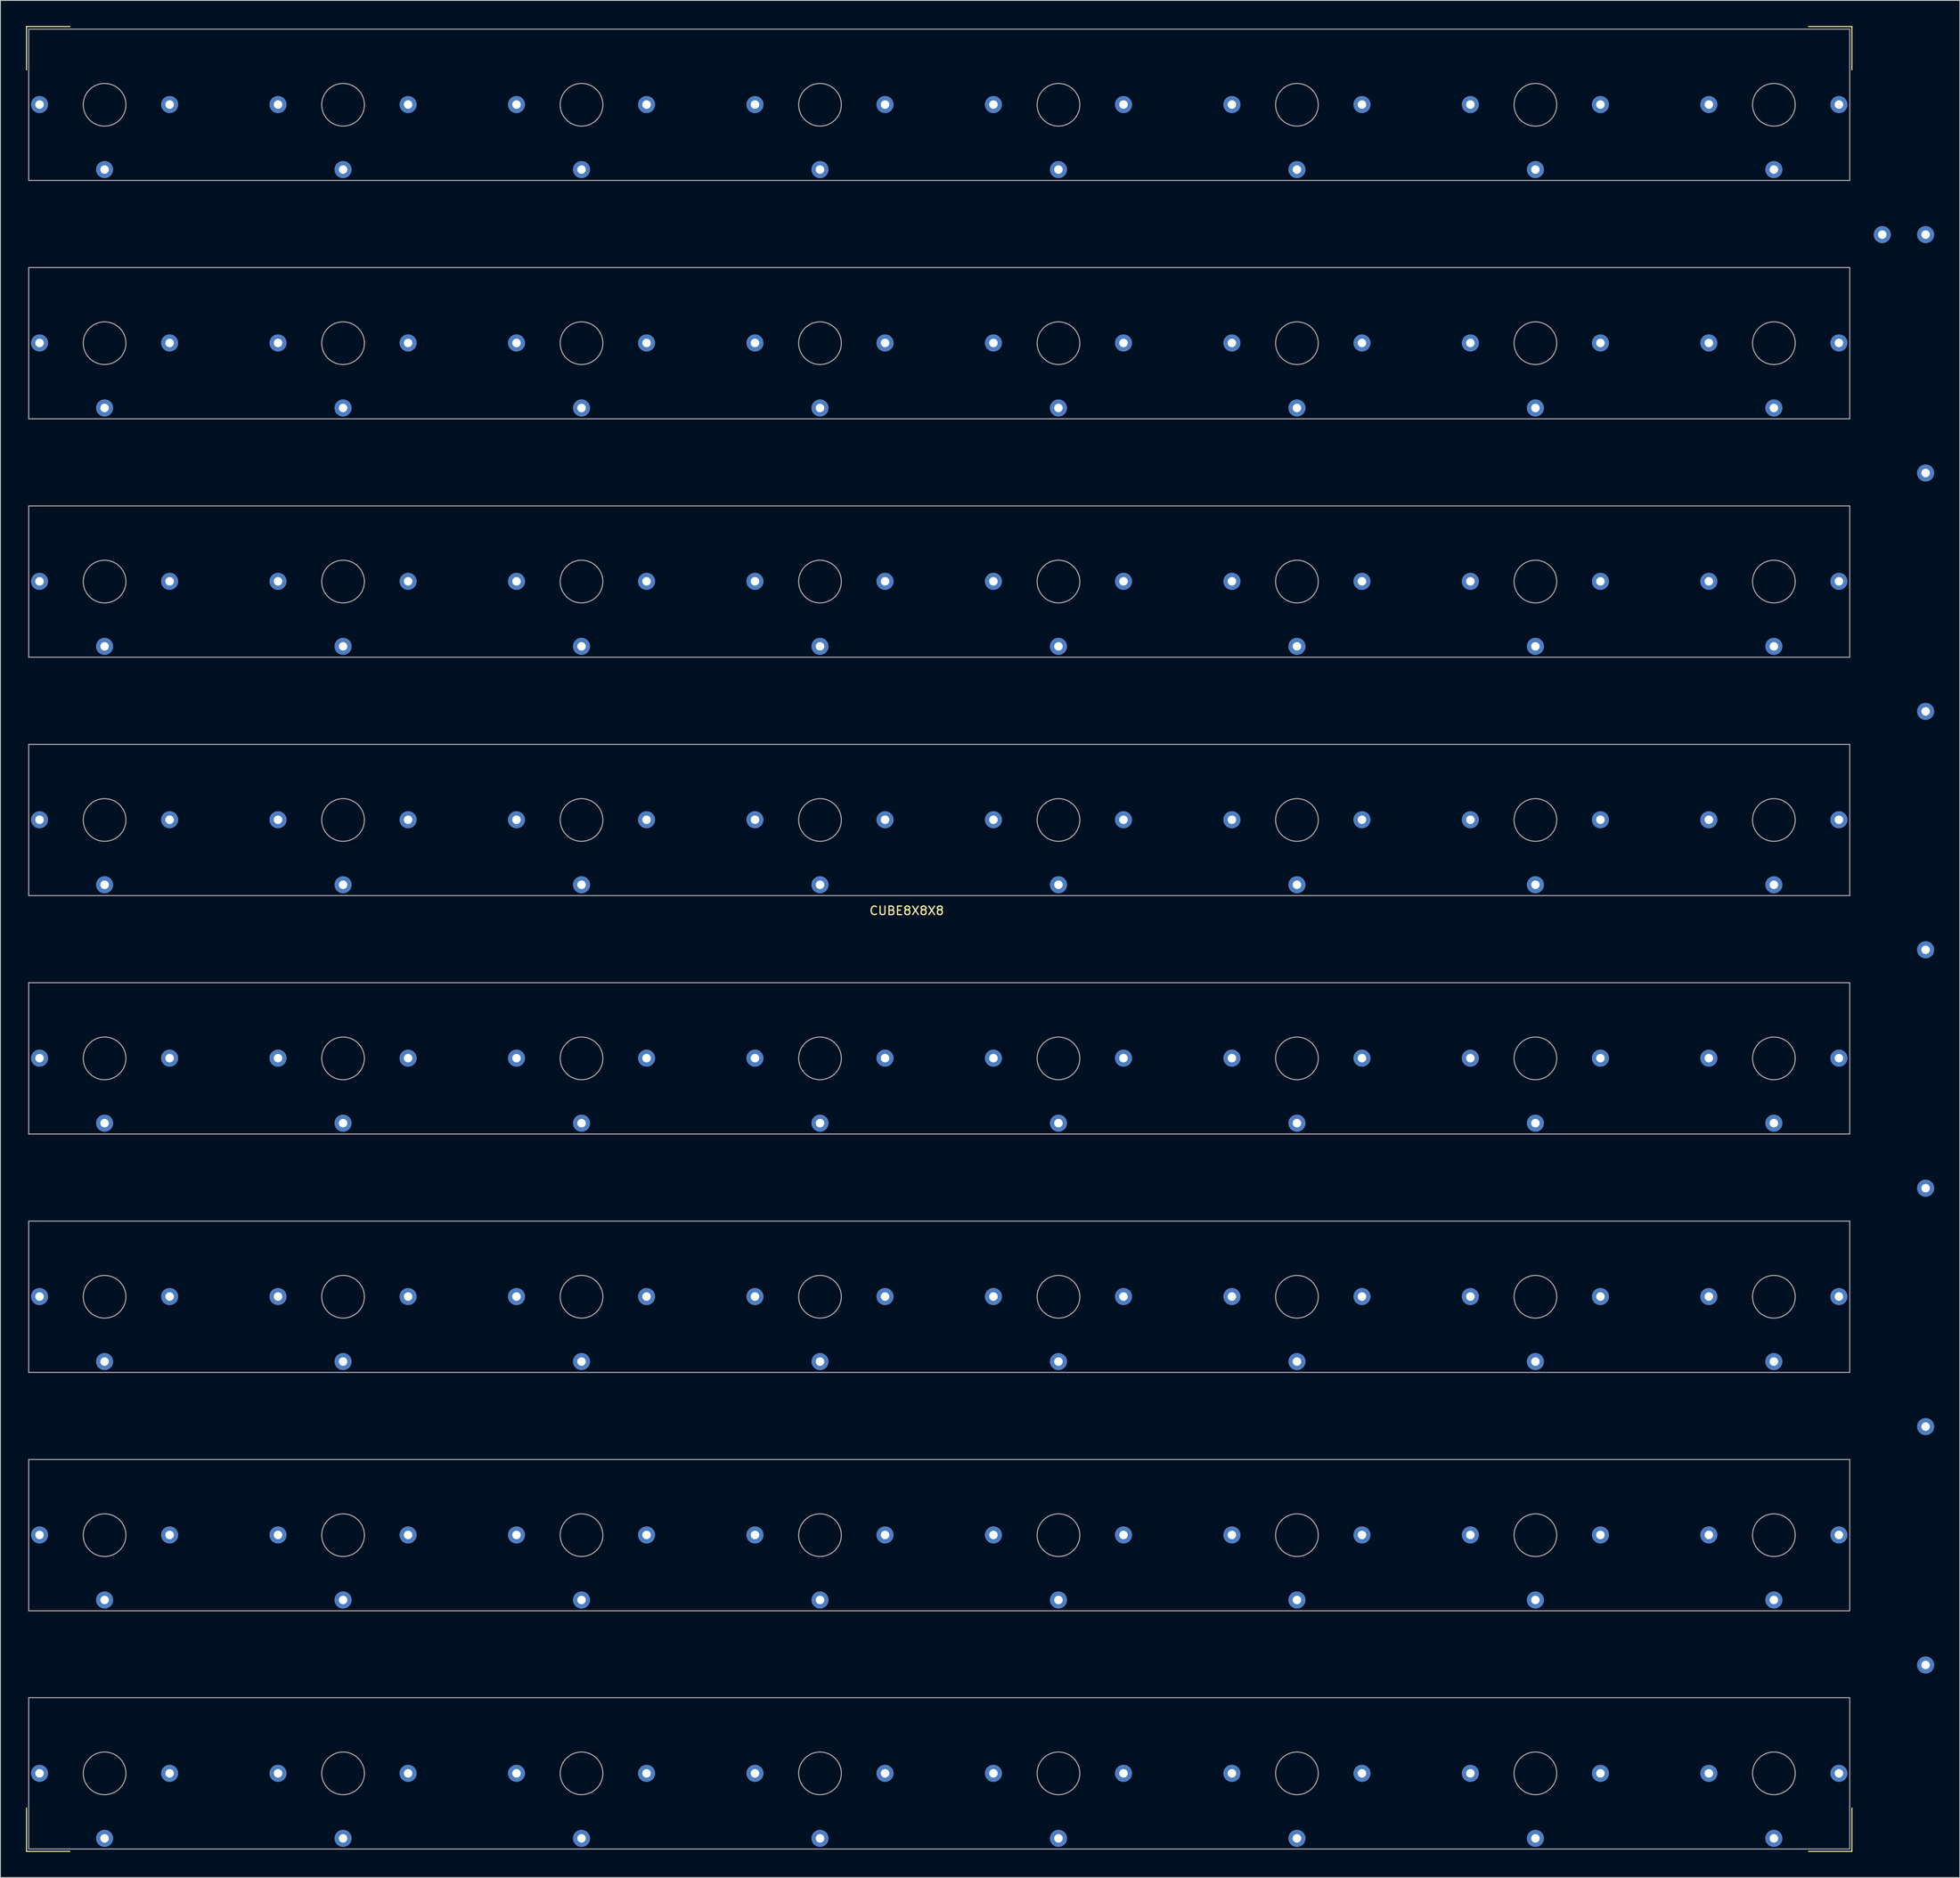
<source format=kicad_pcb>
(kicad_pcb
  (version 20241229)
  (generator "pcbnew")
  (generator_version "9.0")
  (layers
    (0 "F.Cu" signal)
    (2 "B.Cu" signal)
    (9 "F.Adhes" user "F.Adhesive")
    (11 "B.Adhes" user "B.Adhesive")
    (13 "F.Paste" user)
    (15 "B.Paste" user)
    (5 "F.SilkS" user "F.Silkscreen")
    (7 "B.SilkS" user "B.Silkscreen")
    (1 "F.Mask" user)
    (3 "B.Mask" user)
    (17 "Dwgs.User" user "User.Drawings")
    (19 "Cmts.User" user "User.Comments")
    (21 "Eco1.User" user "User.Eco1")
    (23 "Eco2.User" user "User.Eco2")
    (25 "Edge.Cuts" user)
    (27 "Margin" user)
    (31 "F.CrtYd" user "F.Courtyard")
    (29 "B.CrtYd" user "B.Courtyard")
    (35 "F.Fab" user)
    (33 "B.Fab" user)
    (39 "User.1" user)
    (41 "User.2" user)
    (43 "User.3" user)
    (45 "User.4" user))
  (footprint "CUBE8X8X8"
    (layer "F.Cu")
    (at 103.184 103.184)
    (property "Reference" "CUBE8X8X8" (at 0 0.5 0) (layer "F.SilkS") (effects (font (size 1 1) (thickness 0.15))))
    (attr through_hole)
    (fp_line (start -103.124 -103.124) (end -103.124 -98.044) (stroke (width 0.12) (type solid)) (layer "F.SilkS"))
    (fp_line (start -103.124 110.744) (end -103.124 105.664) (stroke (width 0.12) (type solid)) (layer "F.SilkS"))
    (fp_line (start -98.044 -103.124) (end -103.124 -103.124) (stroke (width 0.12) (type solid)) (layer "F.SilkS"))
    (fp_line (start -98.044 110.744) (end -103.124 110.744) (stroke (width 0.12) (type solid)) (layer "F.SilkS"))
    (fp_line (start 105.664 110.744) (end 110.744 110.744) (stroke (width 0.12) (type solid)) (layer "F.SilkS"))
    (fp_line (start 110.744 -103.124) (end 105.664 -103.124) (stroke (width 0.12) (type solid)) (layer "F.SilkS"))
    (fp_line (start 110.744 -98.044) (end 110.744 -103.124) (stroke (width 0.12) (type solid)) (layer "F.SilkS"))
    (fp_line (start 110.744 110.744) (end 110.744 105.664) (stroke (width 0.12) (type solid)) (layer "F.SilkS"))
    (fp_line (start -102.87 -102.819) (end -102.87 -85.09) (stroke (width 0.12) (type solid)) (layer "F.Fab"))
    (fp_line (start -102.87 -85.09) (end 110.49 -85.09) (stroke (width 0.12) (type solid)) (layer "F.Fab"))
    (fp_line (start -102.87 -74.879) (end -102.87 -57.15) (stroke (width 0.12) (type solid)) (layer "F.Fab"))
    (fp_line (start -102.87 -57.15) (end 110.49 -57.15) (stroke (width 0.12) (type solid)) (layer "F.Fab"))
    (fp_line (start -102.87 -46.939) (end -102.87 -29.21) (stroke (width 0.12) (type solid)) (layer "F.Fab"))
    (fp_line (start -102.87 -29.21) (end 110.49 -29.21) (stroke (width 0.12) (type solid)) (layer "F.Fab"))
    (fp_line (start -102.87 -18.999) (end -102.87 -1.27) (stroke (width 0.12) (type solid)) (layer "F.Fab"))
    (fp_line (start -102.87 -1.27) (end 110.49 -1.27) (stroke (width 0.12) (type solid)) (layer "F.Fab"))
    (fp_line (start -102.87 8.941) (end -102.87 26.67) (stroke (width 0.12) (type solid)) (layer "F.Fab"))
    (fp_line (start -102.87 26.67) (end 110.49 26.67) (stroke (width 0.12) (type solid)) (layer "F.Fab"))
    (fp_line (start -102.87 36.881) (end -102.87 54.61) (stroke (width 0.12) (type solid)) (layer "F.Fab"))
    (fp_line (start -102.87 54.61) (end 110.49 54.61) (stroke (width 0.12) (type solid)) (layer "F.Fab"))
    (fp_line (start -102.87 64.821) (end -102.87 82.55) (stroke (width 0.12) (type solid)) (layer "F.Fab"))
    (fp_line (start -102.87 82.55) (end 110.49 82.55) (stroke (width 0.12) (type solid)) (layer "F.Fab"))
    (fp_line (start -102.87 92.735) (end -102.87 110.465) (stroke (width 0.12) (type solid)) (layer "F.Fab"))
    (fp_line (start -102.87 110.465) (end 110.49 110.465) (stroke (width 0.12) (type solid)) (layer "F.Fab"))
    (fp_line (start 110.49 -102.819) (end -102.87 -102.819) (stroke (width 0.12) (type solid)) (layer "F.Fab"))
    (fp_line (start 110.49 -85.09) (end 110.49 -102.819) (stroke (width 0.12) (type solid)) (layer "F.Fab"))
    (fp_line (start 110.49 -74.879) (end -102.87 -74.879) (stroke (width 0.12) (type solid)) (layer "F.Fab"))
    (fp_line (start 110.49 -57.15) (end 110.49 -74.879) (stroke (width 0.12) (type solid)) (layer "F.Fab"))
    (fp_line (start 110.49 -46.939) (end -102.87 -46.939) (stroke (width 0.12) (type solid)) (layer "F.Fab"))
    (fp_line (start 110.49 -29.21) (end 110.49 -46.939) (stroke (width 0.12) (type solid)) (layer "F.Fab"))
    (fp_line (start 110.49 -18.999) (end -102.87 -18.999) (stroke (width 0.12) (type solid)) (layer "F.Fab"))
    (fp_line (start 110.49 -1.27) (end 110.49 -18.999) (stroke (width 0.12) (type solid)) (layer "F.Fab"))
    (fp_line (start 110.49 8.941) (end -102.87 8.941) (stroke (width 0.12) (type solid)) (layer "F.Fab"))
    (fp_line (start 110.49 26.67) (end 110.49 8.941) (stroke (width 0.12) (type solid)) (layer "F.Fab"))
    (fp_line (start 110.49 36.881) (end -102.87 36.881) (stroke (width 0.12) (type solid)) (layer "F.Fab"))
    (fp_line (start 110.49 54.61) (end 110.49 36.881) (stroke (width 0.12) (type solid)) (layer "F.Fab"))
    (fp_line (start 110.49 64.821) (end -102.87 64.821) (stroke (width 0.12) (type solid)) (layer "F.Fab"))
    (fp_line (start 110.49 82.55) (end 110.49 64.821) (stroke (width 0.12) (type solid)) (layer "F.Fab"))
    (fp_line (start 110.49 92.735) (end -102.87 92.735) (stroke (width 0.12) (type solid)) (layer "F.Fab"))
    (fp_line (start 110.49 110.465) (end 110.49 92.735) (stroke (width 0.12) (type solid)) (layer "F.Fab"))
    (fp_circle (center -93.98 -93.955) (end -91.48 -93.955) (stroke (width 0.12) (type solid)) (fill no) (layer "F.Fab"))
    (fp_circle (center -93.98 -66.015) (end -91.48 -66.015) (stroke (width 0.12) (type solid)) (fill no) (layer "F.Fab"))
    (fp_circle (center -93.98 -38.075) (end -91.48 -38.075) (stroke (width 0.12) (type solid)) (fill no) (layer "F.Fab"))
    (fp_circle (center -93.98 -10.135) (end -91.48 -10.135) (stroke (width 0.12) (type solid)) (fill no) (layer "F.Fab"))
    (fp_circle (center -93.98 17.805) (end -91.48 17.805) (stroke (width 0.12) (type solid)) (fill no) (layer "F.Fab"))
    (fp_circle (center -93.98 45.745) (end -91.48 45.745) (stroke (width 0.12) (type solid)) (fill no) (layer "F.Fab"))
    (fp_circle (center -93.98 73.685) (end -91.48 73.685) (stroke (width 0.12) (type solid)) (fill no) (layer "F.Fab"))
    (fp_circle (center -93.98 101.6) (end -91.48 101.6) (stroke (width 0.12) (type solid)) (fill no) (layer "F.Fab"))
    (fp_circle (center -66.04 -93.955) (end -63.54 -93.955) (stroke (width 0.12) (type solid)) (fill no) (layer "F.Fab"))
    (fp_circle (center -66.04 -66.015) (end -63.54 -66.015) (stroke (width 0.12) (type solid)) (fill no) (layer "F.Fab"))
    (fp_circle (center -66.04 -38.075) (end -63.54 -38.075) (stroke (width 0.12) (type solid)) (fill no) (layer "F.Fab"))
    (fp_circle (center -66.04 -10.135) (end -63.54 -10.135) (stroke (width 0.12) (type solid)) (fill no) (layer "F.Fab"))
    (fp_circle (center -66.04 17.805) (end -63.54 17.805) (stroke (width 0.12) (type solid)) (fill no) (layer "F.Fab"))
    (fp_circle (center -66.04 45.745) (end -63.54 45.745) (stroke (width 0.12) (type solid)) (fill no) (layer "F.Fab"))
    (fp_circle (center -66.04 73.685) (end -63.54 73.685) (stroke (width 0.12) (type solid)) (fill no) (layer "F.Fab"))
    (fp_circle (center -66.04 101.6) (end -63.54 101.6) (stroke (width 0.12) (type solid)) (fill no) (layer "F.Fab"))
    (fp_circle (center -38.1 -93.955) (end -35.6 -93.955) (stroke (width 0.12) (type solid)) (fill no) (layer "F.Fab"))
    (fp_circle (center -38.1 -66.015) (end -35.6 -66.015) (stroke (width 0.12) (type solid)) (fill no) (layer "F.Fab"))
    (fp_circle (center -38.1 -38.075) (end -35.6 -38.075) (stroke (width 0.12) (type solid)) (fill no) (layer "F.Fab"))
    (fp_circle (center -38.1 -10.135) (end -35.6 -10.135) (stroke (width 0.12) (type solid)) (fill no) (layer "F.Fab"))
    (fp_circle (center -38.1 17.805) (end -35.6 17.805) (stroke (width 0.12) (type solid)) (fill no) (layer "F.Fab"))
    (fp_circle (center -38.1 45.745) (end -35.6 45.745) (stroke (width 0.12) (type solid)) (fill no) (layer "F.Fab"))
    (fp_circle (center -38.1 73.685) (end -35.6 73.685) (stroke (width 0.12) (type solid)) (fill no) (layer "F.Fab"))
    (fp_circle (center -38.1 101.6) (end -35.6 101.6) (stroke (width 0.12) (type solid)) (fill no) (layer "F.Fab"))
    (fp_circle (center -10.16 -93.955) (end -7.66 -93.955) (stroke (width 0.12) (type solid)) (fill no) (layer "F.Fab"))
    (fp_circle (center -10.16 -66.015) (end -7.66 -66.015) (stroke (width 0.12) (type solid)) (fill no) (layer "F.Fab"))
    (fp_circle (center -10.16 -38.075) (end -7.66 -38.075) (stroke (width 0.12) (type solid)) (fill no) (layer "F.Fab"))
    (fp_circle (center -10.16 -10.135) (end -7.66 -10.135) (stroke (width 0.12) (type solid)) (fill no) (layer "F.Fab"))
    (fp_circle (center -10.16 17.805) (end -7.66 17.805) (stroke (width 0.12) (type solid)) (fill no) (layer "F.Fab"))
    (fp_circle (center -10.16 45.745) (end -7.66 45.745) (stroke (width 0.12) (type solid)) (fill no) (layer "F.Fab"))
    (fp_circle (center -10.16 73.685) (end -7.66 73.685) (stroke (width 0.12) (type solid)) (fill no) (layer "F.Fab"))
    (fp_circle (center -10.16 101.6) (end -7.66 101.6) (stroke (width 0.12) (type solid)) (fill no) (layer "F.Fab"))
    (fp_circle (center 17.78 -93.955) (end 20.28 -93.955) (stroke (width 0.12) (type solid)) (fill no) (layer "F.Fab"))
    (fp_circle (center 17.78 -66.015) (end 20.28 -66.015) (stroke (width 0.12) (type solid)) (fill no) (layer "F.Fab"))
    (fp_circle (center 17.78 -38.075) (end 20.28 -38.075) (stroke (width 0.12) (type solid)) (fill no) (layer "F.Fab"))
    (fp_circle (center 17.78 -10.135) (end 20.28 -10.135) (stroke (width 0.12) (type solid)) (fill no) (layer "F.Fab"))
    (fp_circle (center 17.78 17.805) (end 20.28 17.805) (stroke (width 0.12) (type solid)) (fill no) (layer "F.Fab"))
    (fp_circle (center 17.78 45.745) (end 20.28 45.745) (stroke (width 0.12) (type solid)) (fill no) (layer "F.Fab"))
    (fp_circle (center 17.78 73.685) (end 20.28 73.685) (stroke (width 0.12) (type solid)) (fill no) (layer "F.Fab"))
    (fp_circle (center 17.78 101.6) (end 20.28 101.6) (stroke (width 0.12) (type solid)) (fill no) (layer "F.Fab"))
    (fp_circle (center 45.72 -93.955) (end 48.22 -93.955) (stroke (width 0.12) (type solid)) (fill no) (layer "F.Fab"))
    (fp_circle (center 45.72 -66.015) (end 48.22 -66.015) (stroke (width 0.12) (type solid)) (fill no) (layer "F.Fab"))
    (fp_circle (center 45.72 -38.075) (end 48.22 -38.075) (stroke (width 0.12) (type solid)) (fill no) (layer "F.Fab"))
    (fp_circle (center 45.72 -10.135) (end 48.22 -10.135) (stroke (width 0.12) (type solid)) (fill no) (layer "F.Fab"))
    (fp_circle (center 45.72 17.805) (end 48.22 17.805) (stroke (width 0.12) (type solid)) (fill no) (layer "F.Fab"))
    (fp_circle (center 45.72 45.745) (end 48.22 45.745) (stroke (width 0.12) (type solid)) (fill no) (layer "F.Fab"))
    (fp_circle (center 45.72 73.685) (end 48.22 73.685) (stroke (width 0.12) (type solid)) (fill no) (layer "F.Fab"))
    (fp_circle (center 45.72 101.6) (end 48.22 101.6) (stroke (width 0.12) (type solid)) (fill no) (layer "F.Fab"))
    (fp_circle (center 73.66 -93.955) (end 76.16 -93.955) (stroke (width 0.12) (type solid)) (fill no) (layer "F.Fab"))
    (fp_circle (center 73.66 -66.015) (end 76.16 -66.015) (stroke (width 0.12) (type solid)) (fill no) (layer "F.Fab"))
    (fp_circle (center 73.66 -38.075) (end 76.16 -38.075) (stroke (width 0.12) (type solid)) (fill no) (layer "F.Fab"))
    (fp_circle (center 73.66 -10.135) (end 76.16 -10.135) (stroke (width 0.12) (type solid)) (fill no) (layer "F.Fab"))
    (fp_circle (center 73.66 17.805) (end 76.16 17.805) (stroke (width 0.12) (type solid)) (fill no) (layer "F.Fab"))
    (fp_circle (center 73.66 45.745) (end 76.16 45.745) (stroke (width 0.12) (type solid)) (fill no) (layer "F.Fab"))
    (fp_circle (center 73.66 73.685) (end 76.16 73.685) (stroke (width 0.12) (type solid)) (fill no) (layer "F.Fab"))
    (fp_circle (center 73.66 101.6) (end 76.16 101.6) (stroke (width 0.12) (type solid)) (fill no) (layer "F.Fab"))
    (fp_circle (center 101.6 -93.955) (end 104.1 -93.955) (stroke (width 0.12) (type solid)) (fill no) (layer "F.Fab"))
    (fp_circle (center 101.6 -66.015) (end 104.1 -66.015) (stroke (width 0.12) (type solid)) (fill no) (layer "F.Fab"))
    (fp_circle (center 101.6 -38.075) (end 104.1 -38.075) (stroke (width 0.12) (type solid)) (fill no) (layer "F.Fab"))
    (fp_circle (center 101.6 -10.135) (end 104.1 -10.135) (stroke (width 0.12) (type solid)) (fill no) (layer "F.Fab"))
    (fp_circle (center 101.6 17.805) (end 104.1 17.805) (stroke (width 0.12) (type solid)) (fill no) (layer "F.Fab"))
    (fp_circle (center 101.6 45.745) (end 104.1 45.745) (stroke (width 0.12) (type solid)) (fill no) (layer "F.Fab"))
    (fp_circle (center 101.6 73.685) (end 104.1 73.685) (stroke (width 0.12) (type solid)) (fill no) (layer "F.Fab"))
    (fp_circle (center 101.6 101.6) (end 104.1 101.6) (stroke (width 0.12) (type solid)) (fill no) (layer "F.Fab"))
    (pad "1" thru_hole circle (at -101.6 101.6) (size 2 2) (drill 1) (layers "*.Cu" "*.Mask"))
    (pad "2" thru_hole circle (at -93.98 109.22) (size 2 2) (drill 1) (layers "*.Cu" "*.Mask"))
    (pad "3" thru_hole circle (at -86.36 101.6) (size 2 2) (drill 1) (layers "*.Cu" "*.Mask"))
    (pad "4" thru_hole circle (at -73.66 101.6) (size 2 2) (drill 1) (layers "*.Cu" "*.Mask"))
    (pad "5" thru_hole circle (at -66.04 109.22) (size 2 2) (drill 1) (layers "*.Cu" "*.Mask"))
    (pad "6" thru_hole circle (at -58.42 101.6) (size 2 2) (drill 1) (layers "*.Cu" "*.Mask"))
    (pad "7" thru_hole circle (at -45.72 101.6) (size 2 2) (drill 1) (layers "*.Cu" "*.Mask"))
    (pad "8" thru_hole circle (at -38.1 109.22) (size 2 2) (drill 1) (layers "*.Cu" "*.Mask"))
    (pad "9" thru_hole circle (at -30.48 101.6) (size 2 2) (drill 1) (layers "*.Cu" "*.Mask"))
    (pad "10" thru_hole circle (at -17.78 101.6) (size 2 2) (drill 1) (layers "*.Cu" "*.Mask"))
    (pad "11" thru_hole circle (at -10.16 109.22) (size 2 2) (drill 1) (layers "*.Cu" "*.Mask"))
    (pad "12" thru_hole circle (at -2.54 101.6) (size 2 2) (drill 1) (layers "*.Cu" "*.Mask"))
    (pad "13" thru_hole circle (at 10.16 101.6) (size 2 2) (drill 1) (layers "*.Cu" "*.Mask"))
    (pad "14" thru_hole circle (at 17.78 109.22) (size 2 2) (drill 1) (layers "*.Cu" "*.Mask"))
    (pad "15" thru_hole circle (at 25.4 101.6) (size 2 2) (drill 1) (layers "*.Cu" "*.Mask"))
    (pad "16" thru_hole circle (at 38.1 101.6) (size 2 2) (drill 1) (layers "*.Cu" "*.Mask"))
    (pad "17" thru_hole circle (at 45.72 109.22) (size 2 2) (drill 1) (layers "*.Cu" "*.Mask"))
    (pad "18" thru_hole circle (at 53.34 101.6) (size 2 2) (drill 1) (layers "*.Cu" "*.Mask"))
    (pad "19" thru_hole circle (at 66.04 101.6) (size 2 2) (drill 1) (layers "*.Cu" "*.Mask"))
    (pad "20" thru_hole circle (at 73.66 109.22) (size 2 2) (drill 1) (layers "*.Cu" "*.Mask"))
    (pad "21" thru_hole circle (at 81.28 101.6) (size 2 2) (drill 1) (layers "*.Cu" "*.Mask"))
    (pad "22" thru_hole circle (at 93.98 101.6) (size 2 2) (drill 1) (layers "*.Cu" "*.Mask"))
    (pad "23" thru_hole circle (at 101.6 109.22) (size 2 2) (drill 1) (layers "*.Cu" "*.Mask"))
    (pad "24" thru_hole circle (at 109.22 101.6) (size 2 2) (drill 1) (layers "*.Cu" "*.Mask"))
    (pad "25" thru_hole circle (at -101.6 73.66) (size 2 2) (drill 1) (layers "*.Cu" "*.Mask"))
    (pad "26" thru_hole circle (at -93.98 81.28) (size 2 2) (drill 1) (layers "*.Cu" "*.Mask"))
    (pad "27" thru_hole circle (at -86.36 73.66) (size 2 2) (drill 1) (layers "*.Cu" "*.Mask"))
    (pad "28" thru_hole circle (at -73.66 73.66) (size 2 2) (drill 1) (layers "*.Cu" "*.Mask"))
    (pad "29" thru_hole circle (at -66.04 81.28) (size 2 2) (drill 1) (layers "*.Cu" "*.Mask"))
    (pad "30" thru_hole circle (at -58.42 73.66) (size 2 2) (drill 1) (layers "*.Cu" "*.Mask"))
    (pad "31" thru_hole circle (at -45.72 73.66) (size 2 2) (drill 1) (layers "*.Cu" "*.Mask"))
    (pad "32" thru_hole circle (at -38.1 81.28) (size 2 2) (drill 1) (layers "*.Cu" "*.Mask"))
    (pad "33" thru_hole circle (at -30.48 73.66) (size 2 2) (drill 1) (layers "*.Cu" "*.Mask"))
    (pad "34" thru_hole circle (at -17.78 73.66) (size 2 2) (drill 1) (layers "*.Cu" "*.Mask"))
    (pad "35" thru_hole circle (at -10.16 81.28) (size 2 2) (drill 1) (layers "*.Cu" "*.Mask"))
    (pad "36" thru_hole circle (at -2.54 73.66) (size 2 2) (drill 1) (layers "*.Cu" "*.Mask"))
    (pad "37" thru_hole circle (at 10.16 73.66) (size 2 2) (drill 1) (layers "*.Cu" "*.Mask"))
    (pad "38" thru_hole circle (at 17.78 81.28) (size 2 2) (drill 1) (layers "*.Cu" "*.Mask"))
    (pad "39" thru_hole circle (at 25.4 73.66) (size 2 2) (drill 1) (layers "*.Cu" "*.Mask"))
    (pad "40" thru_hole circle (at 38.1 73.66) (size 2 2) (drill 1) (layers "*.Cu" "*.Mask"))
    (pad "41" thru_hole circle (at 45.72 81.28) (size 2 2) (drill 1) (layers "*.Cu" "*.Mask"))
    (pad "42" thru_hole circle (at 53.34 73.66) (size 2 2) (drill 1) (layers "*.Cu" "*.Mask"))
    (pad "43" thru_hole circle (at 66.04 73.66) (size 2 2) (drill 1) (layers "*.Cu" "*.Mask"))
    (pad "44" thru_hole circle (at 73.66 81.28) (size 2 2) (drill 1) (layers "*.Cu" "*.Mask"))
    (pad "45" thru_hole circle (at 81.28 73.66) (size 2 2) (drill 1) (layers "*.Cu" "*.Mask"))
    (pad "46" thru_hole circle (at 93.98 73.66) (size 2 2) (drill 1) (layers "*.Cu" "*.Mask"))
    (pad "47" thru_hole circle (at 101.6 81.28) (size 2 2) (drill 1) (layers "*.Cu" "*.Mask"))
    (pad "48" thru_hole circle (at 109.22 73.66) (size 2 2) (drill 1) (layers "*.Cu" "*.Mask"))
    (pad "49" thru_hole circle (at -101.6 45.72) (size 2 2) (drill 1) (layers "*.Cu" "*.Mask"))
    (pad "50" thru_hole circle (at -93.98 53.34) (size 2 2) (drill 1) (layers "*.Cu" "*.Mask"))
    (pad "51" thru_hole circle (at -86.36 45.72) (size 2 2) (drill 1) (layers "*.Cu" "*.Mask"))
    (pad "52" thru_hole circle (at -73.66 45.72) (size 2 2) (drill 1) (layers "*.Cu" "*.Mask"))
    (pad "53" thru_hole circle (at -66.04 53.34) (size 2 2) (drill 1) (layers "*.Cu" "*.Mask"))
    (pad "54" thru_hole circle (at -58.42 45.72) (size 2 2) (drill 1) (layers "*.Cu" "*.Mask"))
    (pad "55" thru_hole circle (at -45.72 45.72) (size 2 2) (drill 1) (layers "*.Cu" "*.Mask"))
    (pad "56" thru_hole circle (at -38.1 53.34) (size 2 2) (drill 1) (layers "*.Cu" "*.Mask"))
    (pad "57" thru_hole circle (at -30.48 45.72) (size 2 2) (drill 1) (layers "*.Cu" "*.Mask"))
    (pad "58" thru_hole circle (at -17.78 45.72) (size 2 2) (drill 1) (layers "*.Cu" "*.Mask"))
    (pad "59" thru_hole circle (at -10.16 53.34) (size 2 2) (drill 1) (layers "*.Cu" "*.Mask"))
    (pad "60" thru_hole circle (at -2.54 45.72) (size 2 2) (drill 1) (layers "*.Cu" "*.Mask"))
    (pad "61" thru_hole circle (at 10.16 45.72) (size 2 2) (drill 1) (layers "*.Cu" "*.Mask"))
    (pad "62" thru_hole circle (at 17.78 53.34) (size 2 2) (drill 1) (layers "*.Cu" "*.Mask"))
    (pad "63" thru_hole circle (at 25.4 45.72) (size 2 2) (drill 1) (layers "*.Cu" "*.Mask"))
    (pad "64" thru_hole circle (at 38.1 45.72) (size 2 2) (drill 1) (layers "*.Cu" "*.Mask"))
    (pad "65" thru_hole circle (at 45.72 53.34) (size 2 2) (drill 1) (layers "*.Cu" "*.Mask"))
    (pad "66" thru_hole circle (at 53.34 45.72) (size 2 2) (drill 1) (layers "*.Cu" "*.Mask"))
    (pad "67" thru_hole circle (at 66.04 45.72) (size 2 2) (drill 1) (layers "*.Cu" "*.Mask"))
    (pad "68" thru_hole circle (at 73.66 53.34) (size 2 2) (drill 1) (layers "*.Cu" "*.Mask"))
    (pad "69" thru_hole circle (at 81.28 45.72) (size 2 2) (drill 1) (layers "*.Cu" "*.Mask"))
    (pad "70" thru_hole circle (at 93.98 45.72) (size 2 2) (drill 1) (layers "*.Cu" "*.Mask"))
    (pad "71" thru_hole circle (at 101.6 53.34) (size 2 2) (drill 1) (layers "*.Cu" "*.Mask"))
    (pad "72" thru_hole circle (at 109.22 45.72) (size 2 2) (drill 1) (layers "*.Cu" "*.Mask"))
    (pad "73" thru_hole circle (at -101.6 17.78) (size 2 2) (drill 1) (layers "*.Cu" "*.Mask"))
    (pad "74" thru_hole circle (at -93.98 25.4) (size 2 2) (drill 1) (layers "*.Cu" "*.Mask"))
    (pad "75" thru_hole circle (at -86.36 17.78) (size 2 2) (drill 1) (layers "*.Cu" "*.Mask"))
    (pad "76" thru_hole circle (at -73.66 17.78) (size 2 2) (drill 1) (layers "*.Cu" "*.Mask"))
    (pad "77" thru_hole circle (at -66.04 25.4) (size 2 2) (drill 1) (layers "*.Cu" "*.Mask"))
    (pad "78" thru_hole circle (at -58.42 17.78) (size 2 2) (drill 1) (layers "*.Cu" "*.Mask"))
    (pad "79" thru_hole circle (at -45.72 17.78) (size 2 2) (drill 1) (layers "*.Cu" "*.Mask"))
    (pad "80" thru_hole circle (at -38.1 25.4) (size 2 2) (drill 1) (layers "*.Cu" "*.Mask"))
    (pad "81" thru_hole circle (at -30.48 17.78) (size 2 2) (drill 1) (layers "*.Cu" "*.Mask"))
    (pad "82" thru_hole circle (at -17.78 17.78) (size 2 2) (drill 1) (layers "*.Cu" "*.Mask"))
    (pad "83" thru_hole circle (at -10.16 25.4) (size 2 2) (drill 1) (layers "*.Cu" "*.Mask"))
    (pad "84" thru_hole circle (at -2.54 17.78) (size 2 2) (drill 1) (layers "*.Cu" "*.Mask"))
    (pad "85" thru_hole circle (at 10.16 17.78) (size 2 2) (drill 1) (layers "*.Cu" "*.Mask"))
    (pad "86" thru_hole circle (at 17.78 25.4) (size 2 2) (drill 1) (layers "*.Cu" "*.Mask"))
    (pad "87" thru_hole circle (at 25.4 17.78) (size 2 2) (drill 1) (layers "*.Cu" "*.Mask"))
    (pad "88" thru_hole circle (at 38.1 17.78) (size 2 2) (drill 1) (layers "*.Cu" "*.Mask"))
    (pad "89" thru_hole circle (at 45.72 25.4) (size 2 2) (drill 1) (layers "*.Cu" "*.Mask"))
    (pad "90" thru_hole circle (at 53.34 17.78) (size 2 2) (drill 1) (layers "*.Cu" "*.Mask"))
    (pad "91" thru_hole circle (at 66.04 17.78) (size 2 2) (drill 1) (layers "*.Cu" "*.Mask"))
    (pad "92" thru_hole circle (at 73.66 25.4) (size 2 2) (drill 1) (layers "*.Cu" "*.Mask"))
    (pad "93" thru_hole circle (at 81.28 17.78) (size 2 2) (drill 1) (layers "*.Cu" "*.Mask"))
    (pad "94" thru_hole circle (at 93.98 17.78) (size 2 2) (drill 1) (layers "*.Cu" "*.Mask"))
    (pad "95" thru_hole circle (at 101.6 25.4) (size 2 2) (drill 1) (layers "*.Cu" "*.Mask"))
    (pad "96" thru_hole circle (at 109.22 17.78) (size 2 2) (drill 1) (layers "*.Cu" "*.Mask"))
    (pad "97" thru_hole circle (at -101.6 -10.16) (size 2 2) (drill 1) (layers "*.Cu" "*.Mask"))
    (pad "98" thru_hole circle (at -93.98 -2.54) (size 2 2) (drill 1) (layers "*.Cu" "*.Mask"))
    (pad "99" thru_hole circle (at -86.36 -10.16) (size 2 2) (drill 1) (layers "*.Cu" "*.Mask"))
    (pad "100" thru_hole circle (at -73.66 -10.16) (size 2 2) (drill 1) (layers "*.Cu" "*.Mask"))
    (pad "101" thru_hole circle (at -66.04 -2.54) (size 2 2) (drill 1) (layers "*.Cu" "*.Mask"))
    (pad "102" thru_hole circle (at -58.42 -10.16) (size 2 2) (drill 1) (layers "*.Cu" "*.Mask"))
    (pad "103" thru_hole circle (at -45.72 -10.16) (size 2 2) (drill 1) (layers "*.Cu" "*.Mask"))
    (pad "104" thru_hole circle (at -38.1 -2.54) (size 2 2) (drill 1) (layers "*.Cu" "*.Mask"))
    (pad "105" thru_hole circle (at -30.48 -10.16) (size 2 2) (drill 1) (layers "*.Cu" "*.Mask"))
    (pad "106" thru_hole circle (at -17.78 -10.16) (size 2 2) (drill 1) (layers "*.Cu" "*.Mask"))
    (pad "107" thru_hole circle (at -10.16 -2.54) (size 2 2) (drill 1) (layers "*.Cu" "*.Mask"))
    (pad "108" thru_hole circle (at -2.54 -10.16) (size 2 2) (drill 1) (layers "*.Cu" "*.Mask"))
    (pad "109" thru_hole circle (at 10.16 -10.16) (size 2 2) (drill 1) (layers "*.Cu" "*.Mask"))
    (pad "110" thru_hole circle (at 17.78 -2.54) (size 2 2) (drill 1) (layers "*.Cu" "*.Mask"))
    (pad "111" thru_hole circle (at 25.4 -10.16) (size 2 2) (drill 1) (layers "*.Cu" "*.Mask"))
    (pad "112" thru_hole circle (at 38.1 -10.16) (size 2 2) (drill 1) (layers "*.Cu" "*.Mask"))
    (pad "113" thru_hole circle (at 45.72 -2.54) (size 2 2) (drill 1) (layers "*.Cu" "*.Mask"))
    (pad "114" thru_hole circle (at 53.34 -10.16) (size 2 2) (drill 1) (layers "*.Cu" "*.Mask"))
    (pad "115" thru_hole circle (at 66.04 -10.16) (size 2 2) (drill 1) (layers "*.Cu" "*.Mask"))
    (pad "116" thru_hole circle (at 73.66 -2.54) (size 2 2) (drill 1) (layers "*.Cu" "*.Mask"))
    (pad "117" thru_hole circle (at 81.28 -10.16) (size 2 2) (drill 1) (layers "*.Cu" "*.Mask"))
    (pad "118" thru_hole circle (at 93.98 -10.16) (size 2 2) (drill 1) (layers "*.Cu" "*.Mask"))
    (pad "119" thru_hole circle (at 101.6 -2.54) (size 2 2) (drill 1) (layers "*.Cu" "*.Mask"))
    (pad "120" thru_hole circle (at 109.22 -10.16) (size 2 2) (drill 1) (layers "*.Cu" "*.Mask"))
    (pad "121" thru_hole circle (at -101.6 -38.1) (size 2 2) (drill 1) (layers "*.Cu" "*.Mask"))
    (pad "122" thru_hole circle (at -93.98 -30.48) (size 2 2) (drill 1) (layers "*.Cu" "*.Mask"))
    (pad "123" thru_hole circle (at -86.36 -38.1) (size 2 2) (drill 1) (layers "*.Cu" "*.Mask"))
    (pad "124" thru_hole circle (at -73.66 -38.1) (size 2 2) (drill 1) (layers "*.Cu" "*.Mask"))
    (pad "125" thru_hole circle (at -66.04 -30.48) (size 2 2) (drill 1) (layers "*.Cu" "*.Mask"))
    (pad "126" thru_hole circle (at -58.42 -38.1) (size 2 2) (drill 1) (layers "*.Cu" "*.Mask"))
    (pad "127" thru_hole circle (at -45.72 -38.1) (size 2 2) (drill 1) (layers "*.Cu" "*.Mask"))
    (pad "128" thru_hole circle (at -38.1 -30.48) (size 2 2) (drill 1) (layers "*.Cu" "*.Mask"))
    (pad "129" thru_hole circle (at -30.48 -38.1) (size 2 2) (drill 1) (layers "*.Cu" "*.Mask"))
    (pad "130" thru_hole circle (at -17.78 -38.1) (size 2 2) (drill 1) (layers "*.Cu" "*.Mask"))
    (pad "131" thru_hole circle (at -10.16 -30.48) (size 2 2) (drill 1) (layers "*.Cu" "*.Mask"))
    (pad "132" thru_hole circle (at -2.54 -38.1) (size 2 2) (drill 1) (layers "*.Cu" "*.Mask"))
    (pad "133" thru_hole circle (at 10.16 -38.1) (size 2 2) (drill 1) (layers "*.Cu" "*.Mask"))
    (pad "134" thru_hole circle (at 17.78 -30.48) (size 2 2) (drill 1) (layers "*.Cu" "*.Mask"))
    (pad "135" thru_hole circle (at 25.4 -38.1) (size 2 2) (drill 1) (layers "*.Cu" "*.Mask"))
    (pad "136" thru_hole circle (at 38.1 -38.1) (size 2 2) (drill 1) (layers "*.Cu" "*.Mask"))
    (pad "137" thru_hole circle (at 45.72 -30.48) (size 2 2) (drill 1) (layers "*.Cu" "*.Mask"))
    (pad "138" thru_hole circle (at 53.34 -38.1) (size 2 2) (drill 1) (layers "*.Cu" "*.Mask"))
    (pad "139" thru_hole circle (at 66.04 -38.1) (size 2 2) (drill 1) (layers "*.Cu" "*.Mask"))
    (pad "140" thru_hole circle (at 73.66 -30.48) (size 2 2) (drill 1) (layers "*.Cu" "*.Mask"))
    (pad "141" thru_hole circle (at 81.28 -38.1) (size 2 2) (drill 1) (layers "*.Cu" "*.Mask"))
    (pad "142" thru_hole circle (at 93.98 -38.1) (size 2 2) (drill 1) (layers "*.Cu" "*.Mask"))
    (pad "143" thru_hole circle (at 101.6 -30.48) (size 2 2) (drill 1) (layers "*.Cu" "*.Mask"))
    (pad "144" thru_hole circle (at 109.22 -38.1) (size 2 2) (drill 1) (layers "*.Cu" "*.Mask"))
    (pad "145" thru_hole circle (at -101.6 -66.04) (size 2 2) (drill 1) (layers "*.Cu" "*.Mask"))
    (pad "146" thru_hole circle (at -93.98 -58.42) (size 2 2) (drill 1) (layers "*.Cu" "*.Mask"))
    (pad "147" thru_hole circle (at -86.36 -66.04) (size 2 2) (drill 1) (layers "*.Cu" "*.Mask"))
    (pad "148" thru_hole circle (at -73.66 -66.04) (size 2 2) (drill 1) (layers "*.Cu" "*.Mask"))
    (pad "149" thru_hole circle (at -66.04 -58.42) (size 2 2) (drill 1) (layers "*.Cu" "*.Mask"))
    (pad "150" thru_hole circle (at -58.42 -66.04) (size 2 2) (drill 1) (layers "*.Cu" "*.Mask"))
    (pad "151" thru_hole circle (at -45.72 -66.04) (size 2 2) (drill 1) (layers "*.Cu" "*.Mask"))
    (pad "152" thru_hole circle (at -38.1 -58.42) (size 2 2) (drill 1) (layers "*.Cu" "*.Mask"))
    (pad "153" thru_hole circle (at -30.48 -66.04) (size 2 2) (drill 1) (layers "*.Cu" "*.Mask"))
    (pad "154" thru_hole circle (at -17.78 -66.04) (size 2 2) (drill 1) (layers "*.Cu" "*.Mask"))
    (pad "155" thru_hole circle (at -10.16 -58.42) (size 2 2) (drill 1) (layers "*.Cu" "*.Mask"))
    (pad "156" thru_hole circle (at -2.54 -66.04) (size 2 2) (drill 1) (layers "*.Cu" "*.Mask"))
    (pad "157" thru_hole circle (at 10.16 -66.04) (size 2 2) (drill 1) (layers "*.Cu" "*.Mask"))
    (pad "158" thru_hole circle (at 17.78 -58.42) (size 2 2) (drill 1) (layers "*.Cu" "*.Mask"))
    (pad "159" thru_hole circle (at 25.4 -66.04) (size 2 2) (drill 1) (layers "*.Cu" "*.Mask"))
    (pad "160" thru_hole circle (at 38.1 -66.04) (size 2 2) (drill 1) (layers "*.Cu" "*.Mask"))
    (pad "161" thru_hole circle (at 45.72 -58.42) (size 2 2) (drill 1) (layers "*.Cu" "*.Mask"))
    (pad "162" thru_hole circle (at 53.34 -66.04) (size 2 2) (drill 1) (layers "*.Cu" "*.Mask"))
    (pad "163" thru_hole circle (at 66.04 -66.04) (size 2 2) (drill 1) (layers "*.Cu" "*.Mask"))
    (pad "164" thru_hole circle (at 73.66 -58.42) (size 2 2) (drill 1) (layers "*.Cu" "*.Mask"))
    (pad "165" thru_hole circle (at 81.28 -66.04) (size 2 2) (drill 1) (layers "*.Cu" "*.Mask"))
    (pad "166" thru_hole circle (at 93.98 -66.04) (size 2 2) (drill 1) (layers "*.Cu" "*.Mask"))
    (pad "167" thru_hole circle (at 101.6 -58.42) (size 2 2) (drill 1) (layers "*.Cu" "*.Mask"))
    (pad "168" thru_hole circle (at 109.22 -66.04) (size 2 2) (drill 1) (layers "*.Cu" "*.Mask"))
    (pad "169" thru_hole circle (at -101.6 -93.98) (size 2 2) (drill 1) (layers "*.Cu" "*.Mask"))
    (pad "170" thru_hole circle (at -93.98 -86.36) (size 2 2) (drill 1) (layers "*.Cu" "*.Mask"))
    (pad "171" thru_hole circle (at -86.36 -93.98) (size 2 2) (drill 1) (layers "*.Cu" "*.Mask"))
    (pad "172" thru_hole circle (at -73.66 -93.98) (size 2 2) (drill 1) (layers "*.Cu" "*.Mask"))
    (pad "173" thru_hole circle (at -66.04 -86.36) (size 2 2) (drill 1) (layers "*.Cu" "*.Mask"))
    (pad "174" thru_hole circle (at -58.42 -93.98) (size 2 2) (drill 1) (layers "*.Cu" "*.Mask"))
    (pad "175" thru_hole circle (at -45.72 -93.98) (size 2 2) (drill 1) (layers "*.Cu" "*.Mask"))
    (pad "176" thru_hole circle (at -38.1 -86.36) (size 2 2) (drill 1) (layers "*.Cu" "*.Mask"))
    (pad "177" thru_hole circle (at -30.48 -93.98) (size 2 2) (drill 1) (layers "*.Cu" "*.Mask"))
    (pad "178" thru_hole circle (at -17.78 -93.98) (size 2 2) (drill 1) (layers "*.Cu" "*.Mask"))
    (pad "179" thru_hole circle (at -10.16 -86.36) (size 2 2) (drill 1) (layers "*.Cu" "*.Mask"))
    (pad "180" thru_hole circle (at -2.54 -93.98) (size 2 2) (drill 1) (layers "*.Cu" "*.Mask"))
    (pad "181" thru_hole circle (at 10.16 -93.98) (size 2 2) (drill 1) (layers "*.Cu" "*.Mask"))
    (pad "182" thru_hole circle (at 17.78 -86.36) (size 2 2) (drill 1) (layers "*.Cu" "*.Mask"))
    (pad "183" thru_hole circle (at 25.4 -93.98) (size 2 2) (drill 1) (layers "*.Cu" "*.Mask"))
    (pad "184" thru_hole circle (at 38.1 -93.98) (size 2 2) (drill 1) (layers "*.Cu" "*.Mask"))
    (pad "185" thru_hole circle (at 45.72 -86.36) (size 2 2) (drill 1) (layers "*.Cu" "*.Mask"))
    (pad "186" thru_hole circle (at 53.34 -93.98) (size 2 2) (drill 1) (layers "*.Cu" "*.Mask"))
    (pad "187" thru_hole circle (at 66.04 -93.98) (size 2 2) (drill 1) (layers "*.Cu" "*.Mask"))
    (pad "188" thru_hole circle (at 73.66 -86.36) (size 2 2) (drill 1) (layers "*.Cu" "*.Mask"))
    (pad "189" thru_hole circle (at 81.28 -93.98) (size 2 2) (drill 1) (layers "*.Cu" "*.Mask"))
    (pad "190" thru_hole circle (at 93.98 -93.98) (size 2 2) (drill 1) (layers "*.Cu" "*.Mask"))
    (pad "191" thru_hole circle (at 101.6 -86.36) (size 2 2) (drill 1) (layers "*.Cu" "*.Mask"))
    (pad "192" thru_hole circle (at 109.22 -93.98) (size 2 2) (drill 1) (layers "*.Cu" "*.Mask"))
    (pad "193" thru_hole circle (at 119.38 88.9) (size 2 2) (drill 1) (layers "*.Cu" "*.Mask"))
    (pad "194" thru_hole circle (at 119.38 60.96) (size 2 2) (drill 1) (layers "*.Cu" "*.Mask"))
    (pad "195" thru_hole circle (at 119.38 33.02) (size 2 2) (drill 1) (layers "*.Cu" "*.Mask"))
    (pad "196" thru_hole circle (at 119.38 5.08) (size 2 2) (drill 1) (layers "*.Cu" "*.Mask"))
    (pad "197" thru_hole circle (at 119.38 -22.86) (size 2 2) (drill 1) (layers "*.Cu" "*.Mask"))
    (pad "198" thru_hole circle (at 119.38 -50.8) (size 2 2) (drill 1) (layers "*.Cu" "*.Mask"))
    (pad "199" thru_hole circle (at 119.38 -78.74) (size 2 2) (drill 1) (layers "*.Cu" "*.Mask"))
    (pad "200" thru_hole circle (at 114.3 -78.74) (size 2 2) (drill 1) (layers "*.Cu" "*.Mask")))
  (gr_rect
    (start -3 -3)
    (end 226.564 216.988)
    (stroke (width 0.1) (type default))
    (fill no)
    (layer "Edge.Cuts")))
</source>
